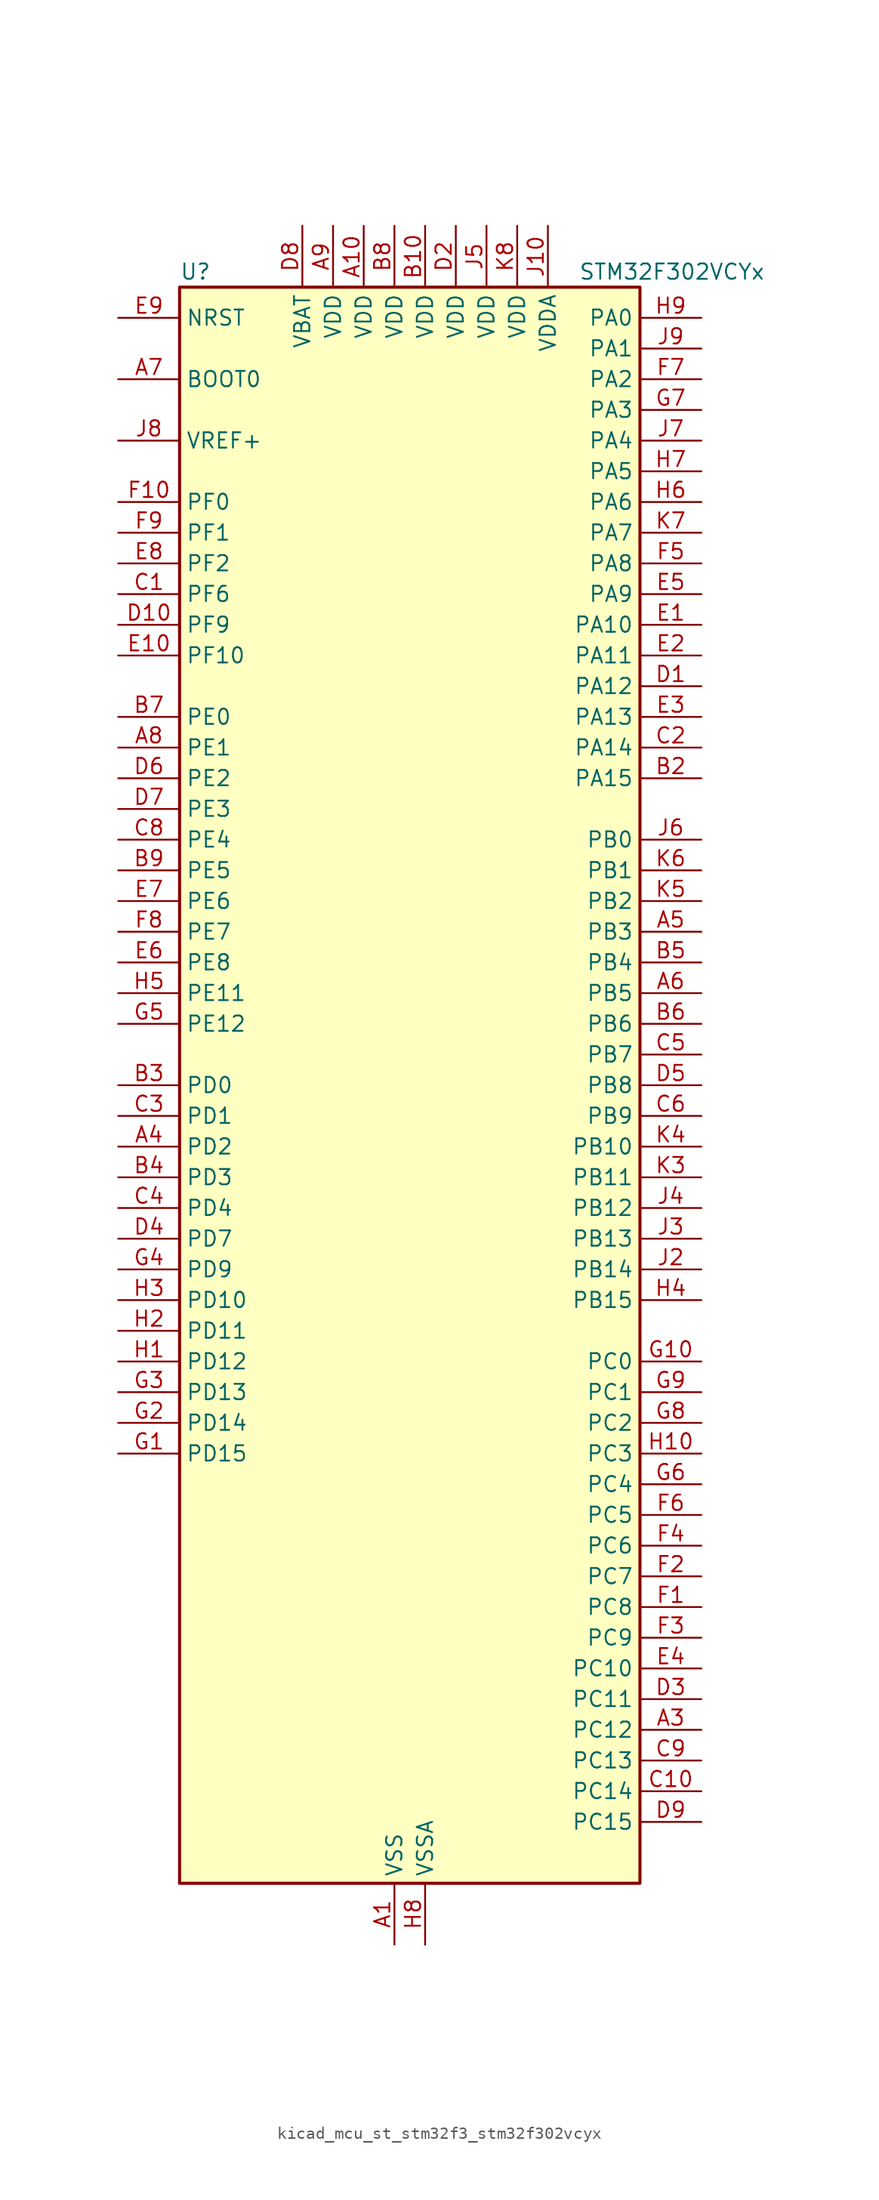
<source format=kicad_sym>
(kicad_symbol_lib
  (version 20220914)
  (generator kicad_symbol_editor)
  (symbol "kicad_mcu_st_stm32f3_stm32f302vcyx"
    (property "Reference" "U"
      (at -17.78 67.31 0)
      (effects (font (size 1.27 1.27)) (justify left)))
    (property "Value" "STM32F302VCYx"
      (at 15.24 67.31 0)
      (effects (font (size 1.27 1.27)) (justify left)))
    (property "ki_locked" ""
      (at 0 0 0)
      (effects (font (size 1.27 1.27))))
    (symbol "kicad_mcu_st_stm32f3_stm32f302vcyx_0_1"
      (rectangle (start -17.78 -66.04) (end 20.32 66.04) (stroke (width 0.254) (type default)) (fill (type background))))
    (symbol "kicad_mcu_st_stm32f3_stm32f302vcyx_1_1"
      (pin power_in line (at 0 -71.12 90) (length 5.08) (name "VSS" (effects (font (size 1.27 1.27)))) (number "A1" (effects (font (size 1.27 1.27)))))
      (pin power_in line (at -2.54 71.12 270) (length 5.08) (name "VDD" (effects (font (size 1.27 1.27)))) (number "A10" (effects (font (size 1.27 1.27)))))
      (pin passive line (at 0 -71.12 90) (length 5.08) hide (name "VSS" (effects (font (size 1.27 1.27)))) (number "A2" (effects (font (size 1.27 1.27)))))
      (pin bidirectional line (at 25.4 -53.34 180) (length 5.08) (name "PC12" (effects (font (size 1.27 1.27)))) (number "A3" (effects (font (size 1.27 1.27)))) (alternate "I2S3_SD" bidirectional line) (alternate "SPI3_MOSI" bidirectional line) (alternate "UART5_TX" bidirectional line) (alternate "USART3_CK" bidirectional line))
      (pin bidirectional line (at -22.86 -5.08 0) (length 5.08) (name "PD2" (effects (font (size 1.27 1.27)))) (number "A4" (effects (font (size 1.27 1.27)))) (alternate "TIM3_ETR" bidirectional line) (alternate "UART5_RX" bidirectional line))
      (pin bidirectional line (at 25.4 12.7 180) (length 5.08) (name "PB3" (effects (font (size 1.27 1.27)))) (number "A5" (effects (font (size 1.27 1.27)))) (alternate "I2S3_CK" bidirectional line) (alternate "SPI1_SCK" bidirectional line) (alternate "SPI3_SCK" bidirectional line) (alternate "SYS_JTDO-TRACESWO" bidirectional line) (alternate "TIM2_CH2" bidirectional line) (alternate "TIM3_ETR" bidirectional line) (alternate "TIM4_ETR" bidirectional line) (alternate "TSC_G5_IO1" bidirectional line) (alternate "USART2_TX" bidirectional line))
      (pin bidirectional line (at 25.4 7.62 180) (length 5.08) (name "PB5" (effects (font (size 1.27 1.27)))) (number "A6" (effects (font (size 1.27 1.27)))) (alternate "I2C1_SMBA" bidirectional line) (alternate "I2S3_SD" bidirectional line) (alternate "SPI1_MOSI" bidirectional line) (alternate "SPI3_MOSI" bidirectional line) (alternate "TIM16_BKIN" bidirectional line) (alternate "TIM17_CH1" bidirectional line) (alternate "TIM3_CH2" bidirectional line) (alternate "USART2_CK" bidirectional line))
      (pin input line (at -22.86 58.42 0) (length 5.08) (name "BOOT0" (effects (font (size 1.27 1.27)))) (number "A7" (effects (font (size 1.27 1.27)))))
      (pin bidirectional line (at -22.86 27.94 0) (length 5.08) (name "PE1" (effects (font (size 1.27 1.27)))) (number "A8" (effects (font (size 1.27 1.27)))) (alternate "TIM17_CH1" bidirectional line) (alternate "USART1_RX" bidirectional line))
      (pin power_in line (at -5.08 71.12 270) (length 5.08) (name "VDD" (effects (font (size 1.27 1.27)))) (number "A9" (effects (font (size 1.27 1.27)))))
      (pin passive line (at 0 -71.12 90) (length 5.08) hide (name "VSS" (effects (font (size 1.27 1.27)))) (number "B1" (effects (font (size 1.27 1.27)))))
      (pin power_in line (at 2.54 71.12 270) (length 5.08) (name "VDD" (effects (font (size 1.27 1.27)))) (number "B10" (effects (font (size 1.27 1.27)))))
      (pin bidirectional line (at 25.4 25.4 180) (length 5.08) (name "PA15" (effects (font (size 1.27 1.27)))) (number "B2" (effects (font (size 1.27 1.27)))) (alternate "ADC1_EXTI15" bidirectional line) (alternate "ADC2_EXTI15" bidirectional line) (alternate "I2C1_SCL" bidirectional line) (alternate "I2S3_WS" bidirectional line) (alternate "SPI1_NSS" bidirectional line) (alternate "SPI3_NSS" bidirectional line) (alternate "SYS_JTDI" bidirectional line) (alternate "TIM1_BKIN" bidirectional line) (alternate "TIM2_CH1" bidirectional line) (alternate "TIM2_ETR" bidirectional line) (alternate "USART2_RX" bidirectional line))
      (pin bidirectional line (at -22.86 0 0) (length 5.08) (name "PD0" (effects (font (size 1.27 1.27)))) (number "B3" (effects (font (size 1.27 1.27)))) (alternate "CAN_RX" bidirectional line))
      (pin bidirectional line (at -22.86 -7.62 0) (length 5.08) (name "PD3" (effects (font (size 1.27 1.27)))) (number "B4" (effects (font (size 1.27 1.27)))) (alternate "TIM2_CH1" bidirectional line) (alternate "TIM2_ETR" bidirectional line) (alternate "USART2_CTS" bidirectional line))
      (pin bidirectional line (at 25.4 10.16 180) (length 5.08) (name "PB4" (effects (font (size 1.27 1.27)))) (number "B5" (effects (font (size 1.27 1.27)))) (alternate "I2S3_ext_SD" bidirectional line) (alternate "SPI1_MISO" bidirectional line) (alternate "SPI3_MISO" bidirectional line) (alternate "SYS_NJTRST" bidirectional line) (alternate "TIM16_CH1" bidirectional line) (alternate "TIM17_BKIN" bidirectional line) (alternate "TIM3_CH1" bidirectional line) (alternate "TSC_G5_IO2" bidirectional line) (alternate "USART2_RX" bidirectional line))
      (pin bidirectional line (at 25.4 5.08 180) (length 5.08) (name "PB6" (effects (font (size 1.27 1.27)))) (number "B6" (effects (font (size 1.27 1.27)))) (alternate "I2C1_SCL" bidirectional line) (alternate "TIM16_CH1N" bidirectional line) (alternate "TIM4_CH1" bidirectional line) (alternate "TSC_G5_IO3" bidirectional line) (alternate "USART1_TX" bidirectional line))
      (pin bidirectional line (at -22.86 30.48 0) (length 5.08) (name "PE0" (effects (font (size 1.27 1.27)))) (number "B7" (effects (font (size 1.27 1.27)))) (alternate "TIM16_CH1" bidirectional line) (alternate "TIM4_ETR" bidirectional line) (alternate "USART1_TX" bidirectional line))
      (pin power_in line (at 0 71.12 270) (length 5.08) (name "VDD" (effects (font (size 1.27 1.27)))) (number "B8" (effects (font (size 1.27 1.27)))))
      (pin bidirectional line (at -22.86 17.78 0) (length 5.08) (name "PE5" (effects (font (size 1.27 1.27)))) (number "B9" (effects (font (size 1.27 1.27)))) (alternate "SYS_TRACED2" bidirectional line) (alternate "TIM3_CH4" bidirectional line) (alternate "TSC_G7_IO4" bidirectional line))
      (pin bidirectional line (at -22.86 40.64 0) (length 5.08) (name "PF6" (effects (font (size 1.27 1.27)))) (number "C1" (effects (font (size 1.27 1.27)))) (alternate "I2C2_SCL" bidirectional line) (alternate "TIM4_CH4" bidirectional line) (alternate "USART3_DE" bidirectional line) (alternate "USART3_RTS" bidirectional line))
      (pin bidirectional line (at 25.4 -58.42 180) (length 5.08) (name "PC14" (effects (font (size 1.27 1.27)))) (number "C10" (effects (font (size 1.27 1.27)))) (alternate "RCC_OSC32_IN" bidirectional line))
      (pin bidirectional line (at 25.4 27.94 180) (length 5.08) (name "PA14" (effects (font (size 1.27 1.27)))) (number "C2" (effects (font (size 1.27 1.27)))) (alternate "I2C1_SDA" bidirectional line) (alternate "SYS_JTCK-SWCLK" bidirectional line) (alternate "TIM1_BKIN" bidirectional line) (alternate "TSC_G4_IO4" bidirectional line) (alternate "USART2_TX" bidirectional line))
      (pin bidirectional line (at -22.86 -2.54 0) (length 5.08) (name "PD1" (effects (font (size 1.27 1.27)))) (number "C3" (effects (font (size 1.27 1.27)))) (alternate "CAN_TX" bidirectional line))
      (pin bidirectional line (at -22.86 -10.16 0) (length 5.08) (name "PD4" (effects (font (size 1.27 1.27)))) (number "C4" (effects (font (size 1.27 1.27)))) (alternate "TIM2_CH2" bidirectional line) (alternate "USART2_DE" bidirectional line) (alternate "USART2_RTS" bidirectional line))
      (pin bidirectional line (at 25.4 2.54 180) (length 5.08) (name "PB7" (effects (font (size 1.27 1.27)))) (number "C5" (effects (font (size 1.27 1.27)))) (alternate "I2C1_SDA" bidirectional line) (alternate "TIM17_CH1N" bidirectional line) (alternate "TIM3_CH4" bidirectional line) (alternate "TIM4_CH2" bidirectional line) (alternate "TSC_G5_IO4" bidirectional line) (alternate "USART1_RX" bidirectional line))
      (pin bidirectional line (at 25.4 -2.54 180) (length 5.08) (name "PB9" (effects (font (size 1.27 1.27)))) (number "C6" (effects (font (size 1.27 1.27)))) (alternate "CAN_TX" bidirectional line) (alternate "COMP2_OUT" bidirectional line) (alternate "DAC_EXTI9" bidirectional line) (alternate "I2C1_SDA" bidirectional line) (alternate "IR_OUT" bidirectional line) (alternate "TIM17_CH1" bidirectional line) (alternate "TIM4_CH4" bidirectional line))
      (pin passive line (at 0 -71.12 90) (length 5.08) hide (name "VSS" (effects (font (size 1.27 1.27)))) (number "C7" (effects (font (size 1.27 1.27)))))
      (pin bidirectional line (at -22.86 20.32 0) (length 5.08) (name "PE4" (effects (font (size 1.27 1.27)))) (number "C8" (effects (font (size 1.27 1.27)))) (alternate "SYS_TRACED1" bidirectional line) (alternate "TIM3_CH3" bidirectional line) (alternate "TSC_G7_IO3" bidirectional line))
      (pin bidirectional line (at 25.4 -55.88 180) (length 5.08) (name "PC13" (effects (font (size 1.27 1.27)))) (number "C9" (effects (font (size 1.27 1.27)))) (alternate "RTC_OUT_ALARM" bidirectional line) (alternate "RTC_OUT_CALIB" bidirectional line) (alternate "RTC_TAMP1" bidirectional line) (alternate "RTC_TS" bidirectional line) (alternate "SYS_WKUP2" bidirectional line) (alternate "TIM1_CH1N" bidirectional line))
      (pin bidirectional line (at 25.4 33.02 180) (length 5.08) (name "PA12" (effects (font (size 1.27 1.27)))) (number "D1" (effects (font (size 1.27 1.27)))) (alternate "CAN_TX" bidirectional line) (alternate "COMP2_OUT" bidirectional line) (alternate "TIM16_CH1" bidirectional line) (alternate "TIM1_CH2N" bidirectional line) (alternate "TIM1_ETR" bidirectional line) (alternate "TIM4_CH2" bidirectional line) (alternate "USART1_DE" bidirectional line) (alternate "USART1_RTS" bidirectional line) (alternate "USB_DP" bidirectional line))
      (pin bidirectional line (at -22.86 38.1 0) (length 5.08) (name "PF9" (effects (font (size 1.27 1.27)))) (number "D10" (effects (font (size 1.27 1.27)))) (alternate "DAC_EXTI9" bidirectional line) (alternate "SPI2_SCK" bidirectional line) (alternate "TIM15_CH1" bidirectional line))
      (pin power_in line (at 5.08 71.12 270) (length 5.08) (name "VDD" (effects (font (size 1.27 1.27)))) (number "D2" (effects (font (size 1.27 1.27)))))
      (pin bidirectional line (at 25.4 -50.8 180) (length 5.08) (name "PC11" (effects (font (size 1.27 1.27)))) (number "D3" (effects (font (size 1.27 1.27)))) (alternate "ADC1_EXTI11" bidirectional line) (alternate "ADC2_EXTI11" bidirectional line) (alternate "I2S3_ext_SD" bidirectional line) (alternate "SPI3_MISO" bidirectional line) (alternate "UART4_RX" bidirectional line) (alternate "USART3_RX" bidirectional line))
      (pin bidirectional line (at -22.86 -12.7 0) (length 5.08) (name "PD7" (effects (font (size 1.27 1.27)))) (number "D4" (effects (font (size 1.27 1.27)))) (alternate "TIM2_CH3" bidirectional line) (alternate "USART2_CK" bidirectional line))
      (pin bidirectional line (at 25.4 0 180) (length 5.08) (name "PB8" (effects (font (size 1.27 1.27)))) (number "D5" (effects (font (size 1.27 1.27)))) (alternate "CAN_RX" bidirectional line) (alternate "COMP1_OUT" bidirectional line) (alternate "I2C1_SCL" bidirectional line) (alternate "TIM16_CH1" bidirectional line) (alternate "TIM1_BKIN" bidirectional line) (alternate "TIM4_CH3" bidirectional line) (alternate "TSC_SYNC" bidirectional line))
      (pin bidirectional line (at -22.86 25.4 0) (length 5.08) (name "PE2" (effects (font (size 1.27 1.27)))) (number "D6" (effects (font (size 1.27 1.27)))) (alternate "SYS_TRACECK" bidirectional line) (alternate "TIM3_CH1" bidirectional line) (alternate "TSC_G7_IO1" bidirectional line))
      (pin bidirectional line (at -22.86 22.86 0) (length 5.08) (name "PE3" (effects (font (size 1.27 1.27)))) (number "D7" (effects (font (size 1.27 1.27)))) (alternate "SYS_TRACED0" bidirectional line) (alternate "TIM3_CH2" bidirectional line) (alternate "TSC_G7_IO2" bidirectional line))
      (pin power_in line (at -7.62 71.12 270) (length 5.08) (name "VBAT" (effects (font (size 1.27 1.27)))) (number "D8" (effects (font (size 1.27 1.27)))))
      (pin bidirectional line (at 25.4 -60.96 180) (length 5.08) (name "PC15" (effects (font (size 1.27 1.27)))) (number "D9" (effects (font (size 1.27 1.27)))) (alternate "ADC1_EXTI15" bidirectional line) (alternate "ADC2_EXTI15" bidirectional line) (alternate "RCC_OSC32_OUT" bidirectional line))
      (pin bidirectional line (at 25.4 38.1 180) (length 5.08) (name "PA10" (effects (font (size 1.27 1.27)))) (number "E1" (effects (font (size 1.27 1.27)))) (alternate "COMP6_OUT" bidirectional line) (alternate "I2C2_SDA" bidirectional line) (alternate "TIM17_BKIN" bidirectional line) (alternate "TIM1_CH3" bidirectional line) (alternate "TIM2_CH4" bidirectional line) (alternate "TSC_G4_IO2" bidirectional line) (alternate "USART1_RX" bidirectional line))
      (pin bidirectional line (at -22.86 35.56 0) (length 5.08) (name "PF10" (effects (font (size 1.27 1.27)))) (number "E10" (effects (font (size 1.27 1.27)))) (alternate "SPI2_SCK" bidirectional line) (alternate "TIM15_CH2" bidirectional line))
      (pin bidirectional line (at 25.4 35.56 180) (length 5.08) (name "PA11" (effects (font (size 1.27 1.27)))) (number "E2" (effects (font (size 1.27 1.27)))) (alternate "ADC1_EXTI11" bidirectional line) (alternate "ADC2_EXTI11" bidirectional line) (alternate "CAN_RX" bidirectional line) (alternate "COMP1_OUT" bidirectional line) (alternate "TIM1_BKIN2" bidirectional line) (alternate "TIM1_CH1N" bidirectional line) (alternate "TIM1_CH4" bidirectional line) (alternate "TIM4_CH1" bidirectional line) (alternate "USART1_CTS" bidirectional line) (alternate "USB_DM" bidirectional line))
      (pin bidirectional line (at 25.4 30.48 180) (length 5.08) (name "PA13" (effects (font (size 1.27 1.27)))) (number "E3" (effects (font (size 1.27 1.27)))) (alternate "IR_OUT" bidirectional line) (alternate "SYS_JTMS-SWDIO" bidirectional line) (alternate "TIM16_CH1N" bidirectional line) (alternate "TIM4_CH3" bidirectional line) (alternate "TSC_G4_IO3" bidirectional line) (alternate "USART3_CTS" bidirectional line))
      (pin bidirectional line (at 25.4 -48.26 180) (length 5.08) (name "PC10" (effects (font (size 1.27 1.27)))) (number "E4" (effects (font (size 1.27 1.27)))) (alternate "I2S3_CK" bidirectional line) (alternate "SPI3_SCK" bidirectional line) (alternate "UART4_TX" bidirectional line) (alternate "USART3_TX" bidirectional line))
      (pin bidirectional line (at 25.4 40.64 180) (length 5.08) (name "PA9" (effects (font (size 1.27 1.27)))) (number "E5" (effects (font (size 1.27 1.27)))) (alternate "DAC_EXTI9" bidirectional line) (alternate "I2C2_SCL" bidirectional line) (alternate "I2S3_MCK" bidirectional line) (alternate "TIM15_BKIN" bidirectional line) (alternate "TIM1_CH2" bidirectional line) (alternate "TIM2_CH3" bidirectional line) (alternate "TSC_G4_IO1" bidirectional line) (alternate "USART1_TX" bidirectional line))
      (pin bidirectional line (at -22.86 10.16 0) (length 5.08) (name "PE8" (effects (font (size 1.27 1.27)))) (number "E6" (effects (font (size 1.27 1.27)))) (alternate "COMP4_INM" bidirectional line) (alternate "TIM1_CH1N" bidirectional line))
      (pin bidirectional line (at -22.86 15.24 0) (length 5.08) (name "PE6" (effects (font (size 1.27 1.27)))) (number "E7" (effects (font (size 1.27 1.27)))) (alternate "RTC_TAMP3" bidirectional line) (alternate "SYS_TRACED3" bidirectional line) (alternate "SYS_WKUP3" bidirectional line))
      (pin bidirectional line (at -22.86 43.18 0) (length 5.08) (name "PF2" (effects (font (size 1.27 1.27)))) (number "E8" (effects (font (size 1.27 1.27)))) (alternate "ADC1_IN10" bidirectional line) (alternate "ADC2_IN10" bidirectional line))
      (pin input line (at -22.86 63.5 0) (length 5.08) (name "NRST" (effects (font (size 1.27 1.27)))) (number "E9" (effects (font (size 1.27 1.27)))))
      (pin bidirectional line (at 25.4 -43.18 180) (length 5.08) (name "PC8" (effects (font (size 1.27 1.27)))) (number "F1" (effects (font (size 1.27 1.27)))) (alternate "TIM3_CH3" bidirectional line))
      (pin bidirectional line (at -22.86 48.26 0) (length 5.08) (name "PF0" (effects (font (size 1.27 1.27)))) (number "F10" (effects (font (size 1.27 1.27)))) (alternate "I2C2_SDA" bidirectional line) (alternate "RCC_OSC_IN" bidirectional line) (alternate "TIM1_CH3N" bidirectional line))
      (pin bidirectional line (at 25.4 -40.64 180) (length 5.08) (name "PC7" (effects (font (size 1.27 1.27)))) (number "F2" (effects (font (size 1.27 1.27)))) (alternate "I2S3_MCK" bidirectional line) (alternate "TIM3_CH2" bidirectional line))
      (pin bidirectional line (at 25.4 -45.72 180) (length 5.08) (name "PC9" (effects (font (size 1.27 1.27)))) (number "F3" (effects (font (size 1.27 1.27)))) (alternate "DAC_EXTI9" bidirectional line) (alternate "I2S_CKIN" bidirectional line) (alternate "TIM3_CH4" bidirectional line))
      (pin bidirectional line (at 25.4 -38.1 180) (length 5.08) (name "PC6" (effects (font (size 1.27 1.27)))) (number "F4" (effects (font (size 1.27 1.27)))) (alternate "COMP6_OUT" bidirectional line) (alternate "I2S2_MCK" bidirectional line) (alternate "TIM3_CH1" bidirectional line))
      (pin bidirectional line (at 25.4 43.18 180) (length 5.08) (name "PA8" (effects (font (size 1.27 1.27)))) (number "F5" (effects (font (size 1.27 1.27)))) (alternate "I2C2_SMBA" bidirectional line) (alternate "I2S2_MCK" bidirectional line) (alternate "RCC_MCO" bidirectional line) (alternate "TIM1_CH1" bidirectional line) (alternate "TIM4_ETR" bidirectional line) (alternate "USART1_CK" bidirectional line))
      (pin bidirectional line (at 25.4 -35.56 180) (length 5.08) (name "PC5" (effects (font (size 1.27 1.27)))) (number "F6" (effects (font (size 1.27 1.27)))) (alternate "ADC2_IN11" bidirectional line) (alternate "OPAMP1_VINM" bidirectional line) (alternate "OPAMP1_VINM_SEC" bidirectional line) (alternate "OPAMP2_VINM" bidirectional line) (alternate "OPAMP2_VINM_SEC" bidirectional line) (alternate "TSC_G3_IO1" bidirectional line) (alternate "USART1_RX" bidirectional line))
      (pin bidirectional line (at 25.4 58.42 180) (length 5.08) (name "PA2" (effects (font (size 1.27 1.27)))) (number "F7" (effects (font (size 1.27 1.27)))) (alternate "ADC1_IN3" bidirectional line) (alternate "COMP2_INM" bidirectional line) (alternate "COMP2_OUT" bidirectional line) (alternate "OPAMP1_VOUT" bidirectional line) (alternate "TIM15_CH1" bidirectional line) (alternate "TIM2_CH3" bidirectional line) (alternate "TSC_G1_IO3" bidirectional line) (alternate "USART2_TX" bidirectional line))
      (pin bidirectional line (at -22.86 12.7 0) (length 5.08) (name "PE7" (effects (font (size 1.27 1.27)))) (number "F8" (effects (font (size 1.27 1.27)))) (alternate "COMP4_INP" bidirectional line) (alternate "TIM1_ETR" bidirectional line))
      (pin bidirectional line (at -22.86 45.72 0) (length 5.08) (name "PF1" (effects (font (size 1.27 1.27)))) (number "F9" (effects (font (size 1.27 1.27)))) (alternate "I2C2_SCL" bidirectional line) (alternate "RCC_OSC_OUT" bidirectional line))
      (pin bidirectional line (at -22.86 -30.48 0) (length 5.08) (name "PD15" (effects (font (size 1.27 1.27)))) (number "G1" (effects (font (size 1.27 1.27)))) (alternate "ADC1_EXTI15" bidirectional line) (alternate "ADC2_EXTI15" bidirectional line) (alternate "SPI2_NSS" bidirectional line) (alternate "TIM4_CH4" bidirectional line) (alternate "TSC_G8_IO4" bidirectional line))
      (pin bidirectional line (at 25.4 -22.86 180) (length 5.08) (name "PC0" (effects (font (size 1.27 1.27)))) (number "G10" (effects (font (size 1.27 1.27)))) (alternate "ADC1_IN6" bidirectional line) (alternate "ADC2_IN6" bidirectional line))
      (pin bidirectional line (at -22.86 -27.94 0) (length 5.08) (name "PD14" (effects (font (size 1.27 1.27)))) (number "G2" (effects (font (size 1.27 1.27)))) (alternate "OPAMP2_VINP" bidirectional line) (alternate "OPAMP2_VINP_SEC" bidirectional line) (alternate "TIM4_CH3" bidirectional line) (alternate "TSC_G8_IO3" bidirectional line))
      (pin bidirectional line (at -22.86 -25.4 0) (length 5.08) (name "PD13" (effects (font (size 1.27 1.27)))) (number "G3" (effects (font (size 1.27 1.27)))) (alternate "TIM4_CH2" bidirectional line) (alternate "TSC_G8_IO2" bidirectional line))
      (pin bidirectional line (at -22.86 -15.24 0) (length 5.08) (name "PD9" (effects (font (size 1.27 1.27)))) (number "G4" (effects (font (size 1.27 1.27)))) (alternate "DAC_EXTI9" bidirectional line) (alternate "USART3_RX" bidirectional line))
      (pin bidirectional line (at -22.86 5.08 0) (length 5.08) (name "PE12" (effects (font (size 1.27 1.27)))) (number "G5" (effects (font (size 1.27 1.27)))) (alternate "TIM1_CH3N" bidirectional line))
      (pin bidirectional line (at 25.4 -33.02 180) (length 5.08) (name "PC4" (effects (font (size 1.27 1.27)))) (number "G6" (effects (font (size 1.27 1.27)))) (alternate "ADC2_IN5" bidirectional line) (alternate "USART1_TX" bidirectional line))
      (pin bidirectional line (at 25.4 55.88 180) (length 5.08) (name "PA3" (effects (font (size 1.27 1.27)))) (number "G7" (effects (font (size 1.27 1.27)))) (alternate "ADC1_IN4" bidirectional line) (alternate "COMP2_INP" bidirectional line) (alternate "OPAMP1_VINM" bidirectional line) (alternate "OPAMP1_VINM_SEC" bidirectional line) (alternate "OPAMP1_VINP" bidirectional line) (alternate "OPAMP1_VINP_SEC" bidirectional line) (alternate "TIM15_CH2" bidirectional line) (alternate "TIM2_CH4" bidirectional line) (alternate "TSC_G1_IO4" bidirectional line) (alternate "USART2_RX" bidirectional line))
      (pin bidirectional line (at 25.4 -27.94 180) (length 5.08) (name "PC2" (effects (font (size 1.27 1.27)))) (number "G8" (effects (font (size 1.27 1.27)))) (alternate "ADC1_IN8" bidirectional line) (alternate "ADC2_IN8" bidirectional line))
      (pin bidirectional line (at 25.4 -25.4 180) (length 5.08) (name "PC1" (effects (font (size 1.27 1.27)))) (number "G9" (effects (font (size 1.27 1.27)))) (alternate "ADC1_IN7" bidirectional line) (alternate "ADC2_IN7" bidirectional line))
      (pin bidirectional line (at -22.86 -22.86 0) (length 5.08) (name "PD12" (effects (font (size 1.27 1.27)))) (number "H1" (effects (font (size 1.27 1.27)))) (alternate "TIM4_CH1" bidirectional line) (alternate "TSC_G8_IO1" bidirectional line) (alternate "USART3_DE" bidirectional line) (alternate "USART3_RTS" bidirectional line))
      (pin bidirectional line (at 25.4 -30.48 180) (length 5.08) (name "PC3" (effects (font (size 1.27 1.27)))) (number "H10" (effects (font (size 1.27 1.27)))) (alternate "ADC1_IN9" bidirectional line) (alternate "ADC2_IN9" bidirectional line) (alternate "TIM1_BKIN2" bidirectional line))
      (pin bidirectional line (at -22.86 -20.32 0) (length 5.08) (name "PD11" (effects (font (size 1.27 1.27)))) (number "H2" (effects (font (size 1.27 1.27)))) (alternate "ADC1_EXTI11" bidirectional line) (alternate "ADC2_EXTI11" bidirectional line) (alternate "COMP6_INP" bidirectional line) (alternate "USART3_CTS" bidirectional line))
      (pin bidirectional line (at -22.86 -17.78 0) (length 5.08) (name "PD10" (effects (font (size 1.27 1.27)))) (number "H3" (effects (font (size 1.27 1.27)))) (alternate "COMP6_INM" bidirectional line) (alternate "USART3_CK" bidirectional line))
      (pin bidirectional line (at 25.4 -17.78 180) (length 5.08) (name "PB15" (effects (font (size 1.27 1.27)))) (number "H4" (effects (font (size 1.27 1.27)))) (alternate "ADC1_EXTI15" bidirectional line) (alternate "ADC2_EXTI15" bidirectional line) (alternate "COMP6_INM" bidirectional line) (alternate "I2S2_SD" bidirectional line) (alternate "RTC_REFIN" bidirectional line) (alternate "SPI2_MOSI" bidirectional line) (alternate "TIM15_CH1N" bidirectional line) (alternate "TIM15_CH2" bidirectional line) (alternate "TIM1_CH3N" bidirectional line))
      (pin bidirectional line (at -22.86 7.62 0) (length 5.08) (name "PE11" (effects (font (size 1.27 1.27)))) (number "H5" (effects (font (size 1.27 1.27)))) (alternate "ADC1_EXTI11" bidirectional line) (alternate "ADC2_EXTI11" bidirectional line) (alternate "TIM1_CH2" bidirectional line))
      (pin bidirectional line (at 25.4 48.26 180) (length 5.08) (name "PA6" (effects (font (size 1.27 1.27)))) (number "H6" (effects (font (size 1.27 1.27)))) (alternate "ADC2_IN3" bidirectional line) (alternate "COMP1_OUT" bidirectional line) (alternate "OPAMP2_VOUT" bidirectional line) (alternate "SPI1_MISO" bidirectional line) (alternate "TIM16_CH1" bidirectional line) (alternate "TIM1_BKIN" bidirectional line) (alternate "TIM3_CH1" bidirectional line) (alternate "TSC_G2_IO3" bidirectional line))
      (pin bidirectional line (at 25.4 50.8 180) (length 5.08) (name "PA5" (effects (font (size 1.27 1.27)))) (number "H7" (effects (font (size 1.27 1.27)))) (alternate "ADC2_IN2" bidirectional line) (alternate "COMP1_INM" bidirectional line) (alternate "COMP2_INM" bidirectional line) (alternate "COMP4_INM" bidirectional line) (alternate "COMP6_INM" bidirectional line) (alternate "OPAMP1_VINP" bidirectional line) (alternate "OPAMP1_VINP_SEC" bidirectional line) (alternate "OPAMP2_VINM" bidirectional line) (alternate "OPAMP2_VINM_SEC" bidirectional line) (alternate "SPI1_SCK" bidirectional line) (alternate "TIM2_CH1" bidirectional line) (alternate "TIM2_ETR" bidirectional line) (alternate "TSC_G2_IO2" bidirectional line))
      (pin power_in line (at 2.54 -71.12 90) (length 5.08) (name "VSSA" (effects (font (size 1.27 1.27)))) (number "H8" (effects (font (size 1.27 1.27)))))
      (pin bidirectional line (at 25.4 63.5 180) (length 5.08) (name "PA0" (effects (font (size 1.27 1.27)))) (number "H9" (effects (font (size 1.27 1.27)))) (alternate "ADC1_IN1" bidirectional line) (alternate "COMP1_INM" bidirectional line) (alternate "COMP1_OUT" bidirectional line) (alternate "RTC_TAMP2" bidirectional line) (alternate "SYS_WKUP1" bidirectional line) (alternate "TIM2_CH1" bidirectional line) (alternate "TIM2_ETR" bidirectional line) (alternate "TSC_G1_IO1" bidirectional line) (alternate "USART2_CTS" bidirectional line))
      (pin passive line (at 0 -71.12 90) (length 5.08) hide (name "VSS" (effects (font (size 1.27 1.27)))) (number "J1" (effects (font (size 1.27 1.27)))))
      (pin power_in line (at 12.7 71.12 270) (length 5.08) (name "VDDA" (effects (font (size 1.27 1.27)))) (number "J10" (effects (font (size 1.27 1.27)))))
      (pin bidirectional line (at 25.4 -15.24 180) (length 5.08) (name "PB14" (effects (font (size 1.27 1.27)))) (number "J2" (effects (font (size 1.27 1.27)))) (alternate "I2S2_ext_SD" bidirectional line) (alternate "OPAMP2_VINP" bidirectional line) (alternate "OPAMP2_VINP_SEC" bidirectional line) (alternate "SPI2_MISO" bidirectional line) (alternate "TIM15_CH1" bidirectional line) (alternate "TIM1_CH2N" bidirectional line) (alternate "TSC_G6_IO4" bidirectional line) (alternate "USART3_DE" bidirectional line) (alternate "USART3_RTS" bidirectional line))
      (pin bidirectional line (at 25.4 -12.7 180) (length 5.08) (name "PB13" (effects (font (size 1.27 1.27)))) (number "J3" (effects (font (size 1.27 1.27)))) (alternate "I2S2_CK" bidirectional line) (alternate "SPI2_SCK" bidirectional line) (alternate "TIM1_CH1N" bidirectional line) (alternate "TSC_G6_IO3" bidirectional line) (alternate "USART3_CTS" bidirectional line))
      (pin bidirectional line (at 25.4 -10.16 180) (length 5.08) (name "PB12" (effects (font (size 1.27 1.27)))) (number "J4" (effects (font (size 1.27 1.27)))) (alternate "I2C2_SMBA" bidirectional line) (alternate "I2S2_WS" bidirectional line) (alternate "SPI2_NSS" bidirectional line) (alternate "TIM1_BKIN" bidirectional line) (alternate "TSC_G6_IO2" bidirectional line) (alternate "USART3_CK" bidirectional line))
      (pin power_in line (at 7.62 71.12 270) (length 5.08) (name "VDD" (effects (font (size 1.27 1.27)))) (number "J5" (effects (font (size 1.27 1.27)))))
      (pin bidirectional line (at 25.4 20.32 180) (length 5.08) (name "PB0" (effects (font (size 1.27 1.27)))) (number "J6" (effects (font (size 1.27 1.27)))) (alternate "COMP4_INP" bidirectional line) (alternate "OPAMP2_VINP" bidirectional line) (alternate "OPAMP2_VINP_SEC" bidirectional line) (alternate "TIM1_CH2N" bidirectional line) (alternate "TIM3_CH3" bidirectional line) (alternate "TSC_G3_IO2" bidirectional line))
      (pin bidirectional line (at 25.4 53.34 180) (length 5.08) (name "PA4" (effects (font (size 1.27 1.27)))) (number "J7" (effects (font (size 1.27 1.27)))) (alternate "ADC2_IN1" bidirectional line) (alternate "COMP1_INM" bidirectional line) (alternate "COMP2_INM" bidirectional line) (alternate "COMP4_INM" bidirectional line) (alternate "COMP6_INM" bidirectional line) (alternate "DAC_OUT1" bidirectional line) (alternate "I2S3_WS" bidirectional line) (alternate "SPI1_NSS" bidirectional line) (alternate "SPI3_NSS" bidirectional line) (alternate "TIM3_CH2" bidirectional line) (alternate "TSC_G2_IO1" bidirectional line) (alternate "USART2_CK" bidirectional line))
      (pin input line (at -22.86 53.34 0) (length 5.08) (name "VREF+" (effects (font (size 1.27 1.27)))) (number "J8" (effects (font (size 1.27 1.27)))))
      (pin bidirectional line (at 25.4 60.96 180) (length 5.08) (name "PA1" (effects (font (size 1.27 1.27)))) (number "J9" (effects (font (size 1.27 1.27)))) (alternate "ADC1_IN2" bidirectional line) (alternate "COMP1_INP" bidirectional line) (alternate "OPAMP1_VINP" bidirectional line) (alternate "OPAMP1_VINP_SEC" bidirectional line) (alternate "RTC_REFIN" bidirectional line) (alternate "TIM15_CH1N" bidirectional line) (alternate "TIM2_CH2" bidirectional line) (alternate "TSC_G1_IO2" bidirectional line) (alternate "USART2_DE" bidirectional line) (alternate "USART2_RTS" bidirectional line))
      (pin passive line (at 0 -71.12 90) (length 5.08) hide (name "VSS" (effects (font (size 1.27 1.27)))) (number "K1" (effects (font (size 1.27 1.27)))))
      (pin passive line (at 0 -71.12 90) (length 5.08) hide (name "VSS" (effects (font (size 1.27 1.27)))) (number "K10" (effects (font (size 1.27 1.27)))))
      (pin passive line (at 0 -71.12 90) (length 5.08) hide (name "VSS" (effects (font (size 1.27 1.27)))) (number "K2" (effects (font (size 1.27 1.27)))))
      (pin bidirectional line (at 25.4 -7.62 180) (length 5.08) (name "PB11" (effects (font (size 1.27 1.27)))) (number "K3" (effects (font (size 1.27 1.27)))) (alternate "ADC1_EXTI11" bidirectional line) (alternate "ADC2_EXTI11" bidirectional line) (alternate "COMP6_INP" bidirectional line) (alternate "TIM2_CH4" bidirectional line) (alternate "TSC_G6_IO1" bidirectional line) (alternate "USART3_RX" bidirectional line))
      (pin bidirectional line (at 25.4 -5.08 180) (length 5.08) (name "PB10" (effects (font (size 1.27 1.27)))) (number "K4" (effects (font (size 1.27 1.27)))) (alternate "TIM2_CH3" bidirectional line) (alternate "TSC_SYNC" bidirectional line) (alternate "USART3_TX" bidirectional line))
      (pin bidirectional line (at 25.4 15.24 180) (length 5.08) (name "PB2" (effects (font (size 1.27 1.27)))) (number "K5" (effects (font (size 1.27 1.27)))) (alternate "ADC2_IN12" bidirectional line) (alternate "COMP4_INM" bidirectional line) (alternate "TSC_G3_IO4" bidirectional line))
      (pin bidirectional line (at 25.4 17.78 180) (length 5.08) (name "PB1" (effects (font (size 1.27 1.27)))) (number "K6" (effects (font (size 1.27 1.27)))) (alternate "COMP4_OUT" bidirectional line) (alternate "TIM1_CH3N" bidirectional line) (alternate "TIM3_CH4" bidirectional line) (alternate "TSC_G3_IO3" bidirectional line))
      (pin bidirectional line (at 25.4 45.72 180) (length 5.08) (name "PA7" (effects (font (size 1.27 1.27)))) (number "K7" (effects (font (size 1.27 1.27)))) (alternate "ADC2_IN4" bidirectional line) (alternate "COMP2_INP" bidirectional line) (alternate "COMP2_OUT" bidirectional line) (alternate "OPAMP1_VINP" bidirectional line) (alternate "OPAMP1_VINP_SEC" bidirectional line) (alternate "OPAMP2_VINP" bidirectional line) (alternate "OPAMP2_VINP_SEC" bidirectional line) (alternate "SPI1_MOSI" bidirectional line) (alternate "TIM17_CH1" bidirectional line) (alternate "TIM1_CH1N" bidirectional line) (alternate "TIM3_CH2" bidirectional line) (alternate "TSC_G2_IO4" bidirectional line))
      (pin power_in line (at 10.16 71.12 270) (length 5.08) (name "VDD" (effects (font (size 1.27 1.27)))) (number "K8" (effects (font (size 1.27 1.27)))))
      (pin passive line (at 0 -71.12 90) (length 5.08) hide (name "VSS" (effects (font (size 1.27 1.27)))) (number "K9" (effects (font (size 1.27 1.27))))))))
</source>
